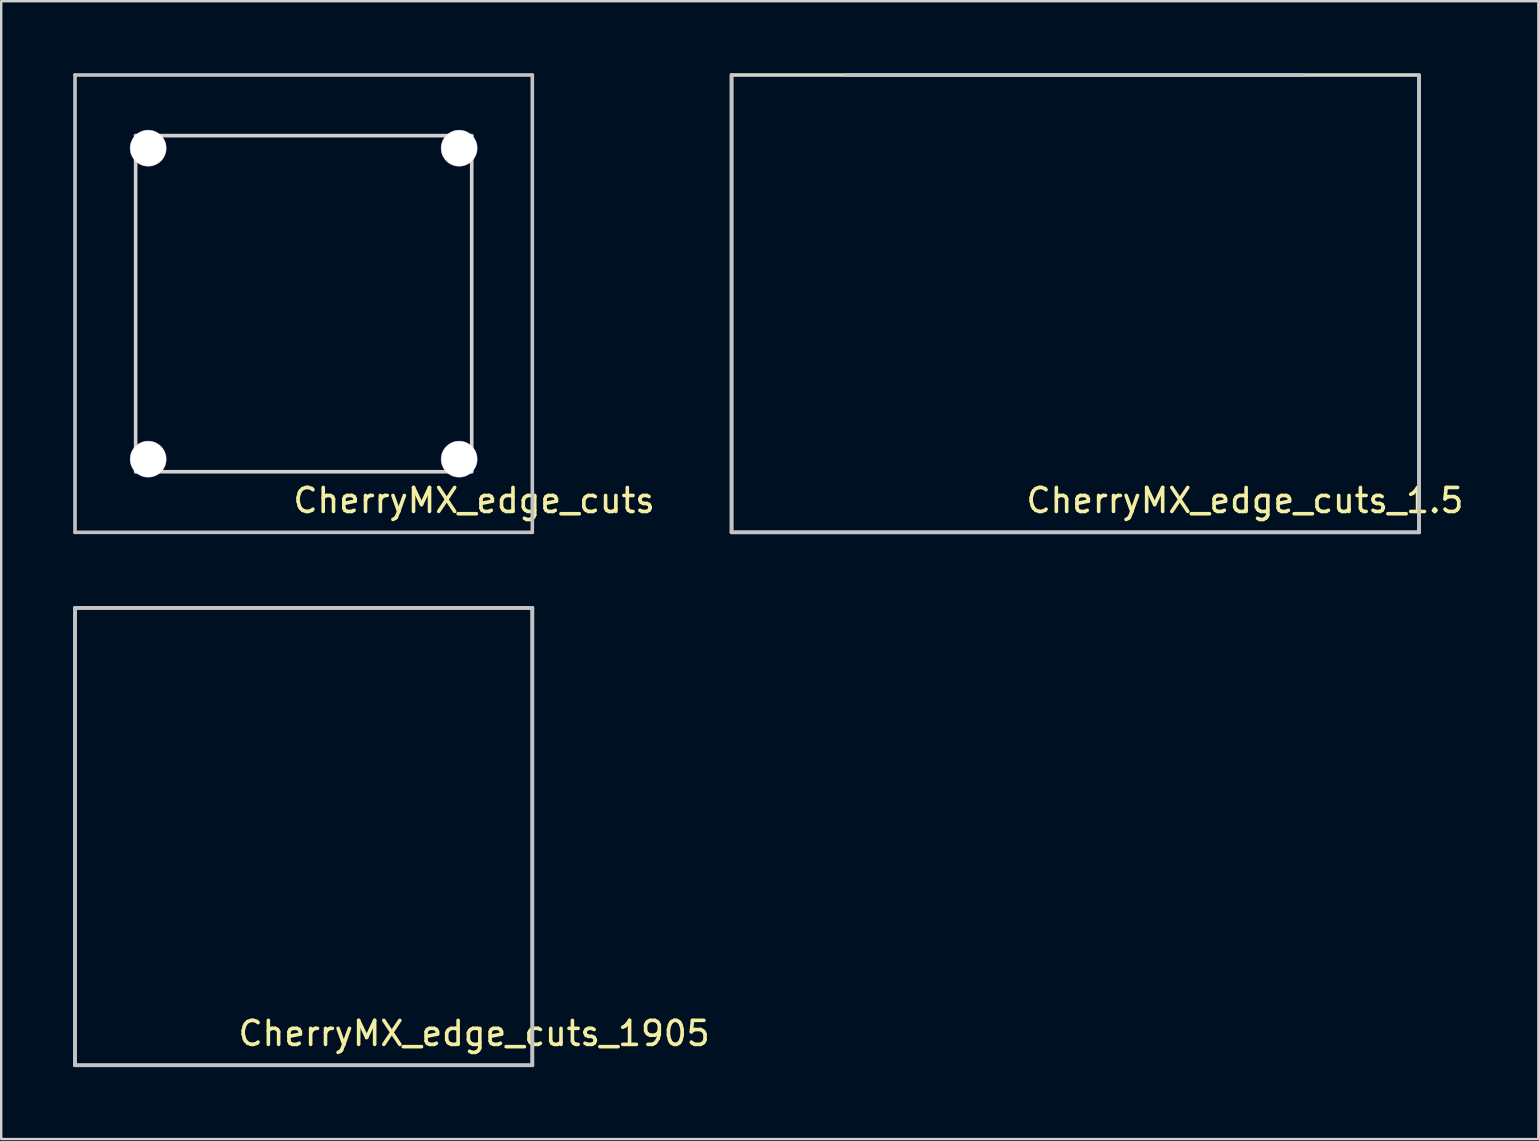
<source format=kicad_pcb>
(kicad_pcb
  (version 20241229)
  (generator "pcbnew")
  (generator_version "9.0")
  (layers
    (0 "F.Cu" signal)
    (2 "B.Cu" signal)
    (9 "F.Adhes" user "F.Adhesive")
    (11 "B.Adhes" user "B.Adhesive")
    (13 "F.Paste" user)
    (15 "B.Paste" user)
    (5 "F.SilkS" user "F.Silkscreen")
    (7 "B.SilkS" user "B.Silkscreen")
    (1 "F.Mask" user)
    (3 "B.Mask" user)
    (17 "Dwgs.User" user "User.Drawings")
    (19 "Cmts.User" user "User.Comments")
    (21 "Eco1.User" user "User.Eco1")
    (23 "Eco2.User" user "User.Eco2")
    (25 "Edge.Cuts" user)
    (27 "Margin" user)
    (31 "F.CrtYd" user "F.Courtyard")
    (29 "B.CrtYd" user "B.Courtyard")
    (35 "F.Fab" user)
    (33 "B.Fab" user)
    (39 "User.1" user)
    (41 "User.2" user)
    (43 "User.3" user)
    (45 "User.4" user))
  (footprint "CherryMX_edge_cuts"
    (layer "F.Cu")
    (at 9.6 9.6)
    (property "Reference" "CherryMX_edge_cuts" (at 7.1 8.2 0) (layer "F.SilkS") (effects (font (size 1 1) (thickness 0.15))))
    (attr through_hole)
    (fp_line (start -9.525 -9.525) (end 9.525 -9.525) (stroke (width 0.15) (type solid)) (layer "Dwgs.User"))
    (fp_line (start -9.525 9.525) (end -9.525 -9.525) (stroke (width 0.15) (type solid)) (layer "Dwgs.User"))
    (fp_line (start 9.525 -9.525) (end 9.525 9.525) (stroke (width 0.15) (type solid)) (layer "Dwgs.User"))
    (fp_line (start 9.525 9.525) (end -9.525 9.525) (stroke (width 0.15) (type solid)) (layer "Dwgs.User"))
    (fp_line (start -7 -7) (end -7 7) (stroke (width 0.15) (type solid)) (layer "Edge.Cuts"))
    (fp_line (start -7 -7) (end 7 -7) (stroke (width 0.15) (type solid)) (layer "Edge.Cuts"))
    (fp_line (start -7 7) (end 7 7) (stroke (width 0.15) (type solid)) (layer "Edge.Cuts"))
    (fp_line (start 7 -7) (end 7 7) (stroke (width 0.15) (type solid)) (layer "Edge.Cuts"))
    (pad "" np_thru_hole circle (at -6.477 -6.477) (size 1.524 1.524) (drill 1.5) (layers "*.Cu" "*.Mask"))
    (pad "" np_thru_hole circle (at -6.477 6.477) (size 1.524 1.524) (drill 1.5) (layers "*.Cu" "*.Mask"))
    (pad "" np_thru_hole circle (at 6.477 -6.477) (size 1.524 1.524) (drill 1.5) (layers "*.Cu" "*.Mask"))
    (pad "" np_thru_hole circle (at 6.477 6.477) (size 1.524 1.524) (drill 1.5) (layers "*.Cu" "*.Mask")))
  (footprint "CherryMX_edge_cuts_1.5"
    (layer "F.Cu")
    (at 41.711 9.6)
    (property "Reference" "CherryMX_edge_cuts_1.5" (at 7.1 8.2 0) (layer "F.SilkS") (effects (font (size 1 1) (thickness 0.15))))
    (attr through_hole)
    (fp_line (start -14.287 9.525) (end -14.287 -9.525) (stroke (width 0.15) (type solid)) (layer "Dwgs.User"))
    (fp_line (start -9.525 -9.525) (end 9.525 -9.525) (stroke (width 0.15) (type solid)) (layer "Dwgs.User"))
    (fp_line (start 14.351 -9.525) (end 14.351 9.525) (stroke (width 0.15) (type solid)) (layer "Dwgs.User"))
    (fp_line (start 14.351 9.525) (end -14.287 9.525) (stroke (width 0.15) (type solid)) (layer "Dwgs.User"))
    (fp_line (start -14.287 -9.525) (end -14.287 9.525) (stroke (width 0.15) (type solid)) (layer "Edge.Cuts"))
    (fp_line (start -14.287 -9.525) (end 14.287 -9.525) (stroke (width 0.15) (type solid)) (layer "Edge.Cuts"))
    (fp_line (start -14.287 9.525) (end 14.351 9.525) (stroke (width 0.15) (type solid)) (layer "Edge.Cuts"))
    (fp_line (start 14.351 -9.525) (end 14.351 9.525) (stroke (width 0.15) (type solid)) (layer "Edge.Cuts")))
  (footprint "CherryMX_edge_cuts_1905"
    (layer "F.Cu")
    (at 9.6 31.8)
    (property "Reference" "CherryMX_edge_cuts_1905" (at 7.1 8.2 0) (layer "F.SilkS") (effects (font (size 1 1) (thickness 0.15))))
    (attr through_hole)
    (fp_line (start -9.525 -9.525) (end 9.525 -9.525) (stroke (width 0.15) (type solid)) (layer "Dwgs.User"))
    (fp_line (start -9.525 9.525) (end -9.525 -9.525) (stroke (width 0.15) (type solid)) (layer "Dwgs.User"))
    (fp_line (start 9.525 -9.525) (end 9.525 9.525) (stroke (width 0.15) (type solid)) (layer "Dwgs.User"))
    (fp_line (start 9.525 9.525) (end -9.525 9.525) (stroke (width 0.15) (type solid)) (layer "Dwgs.User"))
    (fp_line (start -9.525 -9.525) (end -9.525 9.525) (stroke (width 0.15) (type solid)) (layer "Edge.Cuts"))
    (fp_line (start -9.525 -9.525) (end 9.525 -9.525) (stroke (width 0.15) (type solid)) (layer "Edge.Cuts"))
    (fp_line (start -9.525 9.525) (end 9.525 9.525) (stroke (width 0.15) (type solid)) (layer "Edge.Cuts"))
    (fp_line (start 9.525 -9.525) (end 9.525 9.525) (stroke (width 0.15) (type solid)) (layer "Edge.Cuts")))
  (gr_rect
    (start -3 -3)
    (end 61.032 44.4)
    (stroke (width 0.1) (type default))
    (fill no)
    (layer "Edge.Cuts")))
</source>
